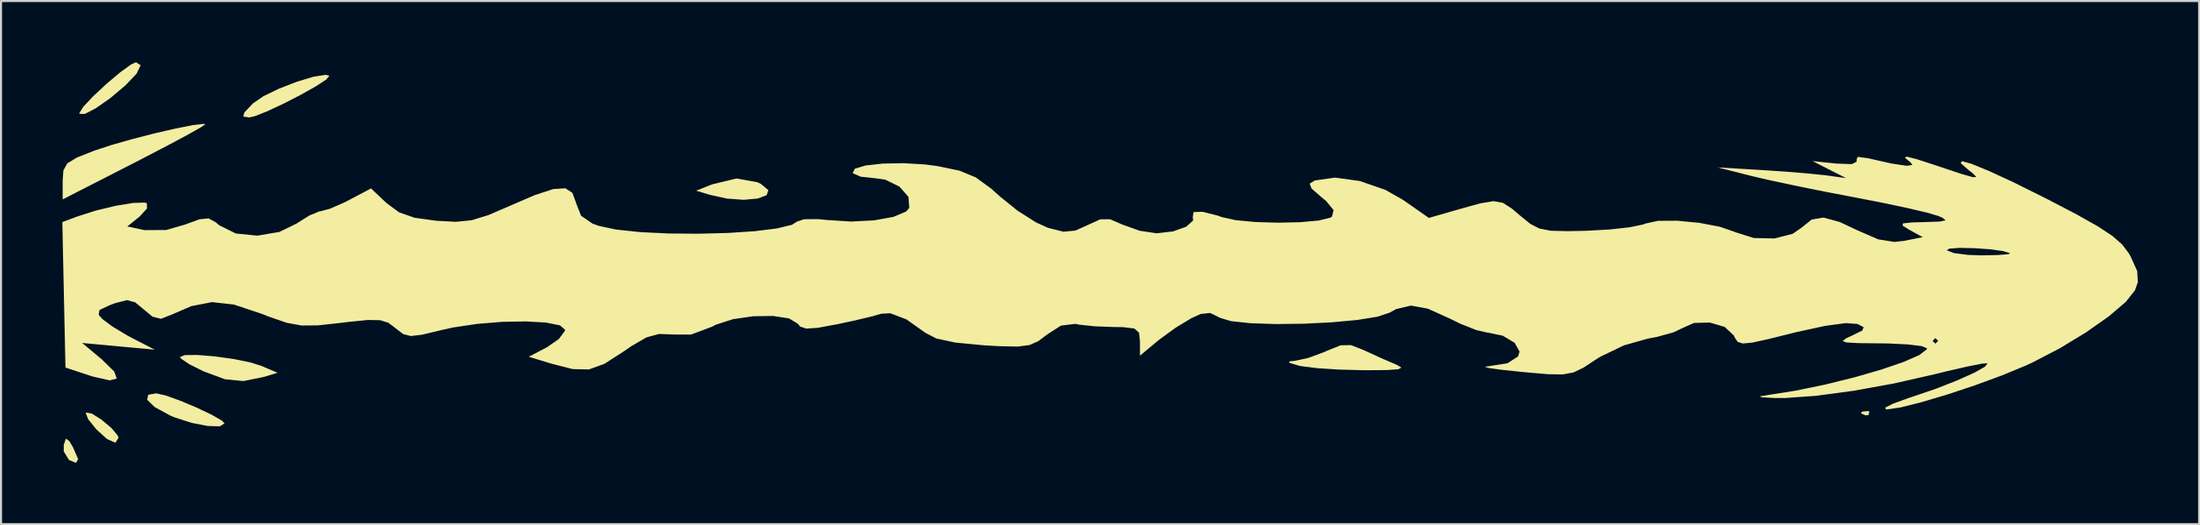
<source format=kicad_pcb>
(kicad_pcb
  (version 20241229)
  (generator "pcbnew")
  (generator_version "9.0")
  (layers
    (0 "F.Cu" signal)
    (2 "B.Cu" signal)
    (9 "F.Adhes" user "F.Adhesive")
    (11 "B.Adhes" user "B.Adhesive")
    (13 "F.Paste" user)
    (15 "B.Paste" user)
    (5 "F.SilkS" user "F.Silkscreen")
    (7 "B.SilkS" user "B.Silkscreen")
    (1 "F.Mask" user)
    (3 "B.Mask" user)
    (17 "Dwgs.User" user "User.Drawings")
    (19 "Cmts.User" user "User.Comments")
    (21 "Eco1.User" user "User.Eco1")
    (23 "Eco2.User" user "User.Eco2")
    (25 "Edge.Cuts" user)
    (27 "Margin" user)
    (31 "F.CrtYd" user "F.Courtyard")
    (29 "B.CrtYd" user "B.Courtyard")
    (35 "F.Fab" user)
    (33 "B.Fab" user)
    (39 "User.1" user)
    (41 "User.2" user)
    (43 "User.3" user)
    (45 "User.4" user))
  (footprint "beam1"
    (layer "F.Cu")
    (at 54.23 10.673)
    (property "Reference" "beam1" (at 0 0 0) (layer "F.SilkS") (effects (font (size 1.5 1.5) (thickness 0.3))))
    (attr board_only exclude_from_pos_files exclude_from_bom)
    (fp_poly (pts (xy 34.185 6.44) (xy 34.148 6.601) (xy 34.003 6.62) (xy 33.778 6.521) (xy 33.821 6.44) (xy 34.145 6.408)) (stroke (width 0) (type solid)) (fill yes) (layer "F.SilkS"))
    (fp_poly (pts (xy -53.888 7.881) (xy -53.702 8.197) (xy -53.455 8.77) (xy -53.566 8.949) (xy -53.907 8.802) (xy -54.16 8.386) (xy -54.161 8.074) (xy -54.055 7.758)) (stroke (width 0) (type solid)) (fill yes) (layer "F.SilkS"))
    (fp_poly (pts (xy -52.791 6.531) (xy -52.316 6.83) (xy -51.83 7.237) (xy -51.518 7.609) (xy -51.483 7.721) (xy -51.631 7.962) (xy -52.043 7.781) (xy -52.574 7.297) (xy -52.965 6.811) (xy -53.085 6.503) (xy -53.073 6.482)) (stroke (width 0) (type solid)) (fill yes) (layer "F.SilkS"))
    (fp_poly (pts (xy -20.226 -4.8) (xy -20.049 -4.715) (xy -19.685 -4.41) (xy -19.768 -4.164) (xy -20.201 -4) (xy -20.885 -3.937) (xy -21.724 -3.999) (xy -22.532 -4.177) (xy -23.215 -4.383) (xy -22.446 -4.691) (xy -21.249 -4.981)) (stroke (width 0) (type solid)) (fill yes) (layer "F.SilkS"))
    (fp_poly (pts (xy -50.397 -10.527) (xy -50.597 -10.115) (xy -51.141 -9.543) (xy -51.895 -8.908) (xy -52.594 -8.42) (xy -53.128 -8.143) (xy -53.386 -8.145) (xy -53.395 -8.187) (xy -53.202 -8.497) (xy -52.715 -9.014) (xy -52.073 -9.613) (xy -51.413 -10.17) (xy -50.874 -10.562) (xy -50.625 -10.673)) (stroke (width 0) (type solid)) (fill yes) (layer "F.SilkS"))
    (fp_poly (pts (xy -46.771 3.732) (xy -45.858 3.859) (xy -45.034 4.026) (xy -44.518 4.188) (xy -43.699 4.534) (xy -44.382 4.74) (xy -45.372 4.94) (xy -46.276 4.851) (xy -47.318 4.466) (xy -48.003 4.123) (xy -48.42 3.846) (xy -48.478 3.764) (xy -48.237 3.668) (xy -47.616 3.663)) (stroke (width 0) (type solid)) (fill yes) (layer "F.SilkS"))
    (fp_poly (pts (xy -49.179 5.644) (xy -48.465 5.901) (xy -47.659 6.24) (xy -46.923 6.59) (xy -46.42 6.88) (xy -46.294 7.013) (xy -46.524 7.157) (xy -47.112 7.141) (xy -47.9 6.989) (xy -48.731 6.722) (xy -48.956 6.627) (xy -49.71 6.215) (xy -50.08 5.855) (xy -50.028 5.612) (xy -49.639 5.542)) (stroke (width 0) (type solid)) (fill yes) (layer "F.SilkS"))
    (fp_poly (pts (xy -41.165 -10.013) (xy -41.31 -9.832) (xy -41.819 -9.499) (xy -42.558 -9.083) (xy -43.393 -8.653) (xy -44.189 -8.28) (xy -44.814 -8.032) (xy -45.085 -7.971) (xy -45.378 -8.015) (xy -45.321 -8.216) (xy -44.904 -8.658) (xy -44.397 -9.008) (xy -43.627 -9.381) (xy -42.755 -9.72) (xy -41.943 -9.965) (xy -41.352 -10.059)) (stroke (width 0) (type solid)) (fill yes) (layer "F.SilkS"))
    (fp_poly (pts (xy -47.234 -7.638) (xy -47.437 -7.496) (xy -48.043 -7.153) (xy -48.969 -6.655) (xy -50.132 -6.048) (xy -50.688 -5.761) (xy -54.214 -3.957) (xy -54.214 -4.864) (xy -54.177 -5.381) (xy -53.985 -5.724) (xy -53.517 -6.008) (xy -52.665 -6.344) (xy -51.842 -6.616) (xy -50.814 -6.909) (xy -49.716 -7.191) (xy -48.68 -7.43) (xy -47.838 -7.596) (xy -47.325 -7.656)) (stroke (width 0) (type solid)) (fill yes) (layer "F.SilkS"))
    (fp_poly (pts (xy 9.458 3.429) (xy 9.483 3.441) (xy 10.305 3.819) (xy 11.047 4.139) (xy 11.061 4.145) (xy 11.291 4.279) (xy 11.144 4.361) (xy 10.565 4.402) (xy 9.498 4.409) (xy 9.423 4.408) (xy 8.238 4.378) (xy 7.168 4.309) (xy 6.403 4.214) (xy 6.282 4.188) (xy 5.797 4.045) (xy 5.822 3.972) (xy 6.068 3.95) (xy 6.716 3.813) (xy 7.516 3.519) (xy 7.631 3.466) (xy 8.313 3.19) (xy 8.822 3.179)) (stroke (width 0) (type solid)) (fill yes) (layer "F.SilkS"))
    (fp_poly (pts (xy 36.51 -5.926) (xy 37.455 -5.619) (xy 37.69 -5.539) (xy 38.701 -5.203) (xy 39.257 -5.044) (xy 39.419 -5.058) (xy 39.246 -5.237) (xy 39.04 -5.396) (xy 38.656 -5.733) (xy 38.719 -5.83) (xy 39.19 -5.698) (xy 40.034 -5.352) (xy 41.215 -4.806) (xy 42.696 -4.071) (xy 42.88 -3.978) (xy 44.329 -3.222) (xy 45.368 -2.637) (xy 46.083 -2.165) (xy 46.558 -1.747) (xy 46.878 -1.324) (xy 46.964 -1.175) (xy 47.294 -0.444) (xy 47.323 0.1) (xy 47.184 0.494) (xy 46.738 1.06) (xy 45.903 1.772) (xy 44.79 2.555) (xy 43.508 3.334) (xy 42.167 4.031) (xy 41.825 4.188) (xy 40.664 4.668) (xy 39.34 5.154) (xy 37.985 5.604) (xy 36.73 5.977) (xy 35.707 6.233) (xy 35.048 6.329) (xy 35.013 6.328) (xy 34.957 6.246) (xy 35.343 6.049) (xy 36.093 5.775) (xy 36.325 5.7) (xy 37.45 5.314) (xy 38.485 4.909) (xy 39.32 4.533) (xy 39.85 4.234) (xy 39.969 4.064) (xy 39.681 4.09) (xy 38.987 4.228) (xy 38.006 4.453) (xy 37.387 4.605) (xy 35.384 5.059) (xy 33.398 5.419) (xy 31.577 5.663) (xy 30.066 5.771) (xy 29.545 5.769) (xy 28.925 5.736) (xy 28.827 5.691) (xy 29.224 5.625) (xy 30.583 5.41) (xy 32.026 5.112) (xy 33.451 4.76) (xy 34.759 4.382) (xy 35.852 4.008) (xy 36.63 3.668) (xy 36.993 3.389) (xy 37.008 3.337) (xy 36.756 3.23) (xy 36.085 3.147) (xy 35.123 3.1) (xy 34.754 3.095) (xy 33.672 3.083) (xy 33.069 3.051) (xy 32.879 2.981) (xy 32.89 2.972) (xy 37.281 2.972) (xy 37.417 3.107) (xy 37.554 2.972) (xy 37.417 2.837) (xy 37.281 2.972) (xy 32.89 2.972) (xy 33.035 2.855) (xy 33.32 2.722) (xy 33.843 2.465) (xy 33.907 2.301) (xy 33.604 2.143) (xy 33.032 2.102) (xy 32.013 2.239) (xy 30.611 2.545) (xy 30.433 2.59) (xy 29.233 2.888) (xy 28.457 3.057) (xy 27.998 3.101) (xy 27.751 3.024) (xy 27.611 2.83) (xy 27.555 2.708) (xy 27.109 2.289) (xy 26.379 2.073) (xy 25.604 2.095) (xy 25.098 2.32) (xy 24.6 2.556) (xy 23.794 2.778) (xy 23.347 2.862) (xy 22.176 3.193) (xy 21.009 3.755) (xy 20.788 3.897) (xy 20.193 4.288) (xy 19.712 4.518) (xy 19.185 4.615) (xy 18.456 4.604) (xy 17.364 4.51) (xy 17.163 4.491) (xy 16.195 4.389) (xy 15.572 4.302) (xy 15.371 4.242) (xy 15.477 4.225) (xy 16.477 4.07) (xy 16.998 3.736) (xy 17.07 3.493) (xy 16.831 3.066) (xy 16.248 2.718) (xy 15.521 2.567) (xy 15.49 2.567) (xy 14.957 2.444) (xy 14.171 2.131) (xy 13.682 1.891) (xy 12.59 1.397) (xy 11.758 1.243) (xy 11.037 1.414) (xy 10.71 1.591) (xy 10.118 1.789) (xy 9.13 1.948) (xy 7.881 2.064) (xy 6.505 2.132) (xy 5.136 2.148) (xy 3.91 2.107) (xy 2.96 2.007) (xy 2.429 1.848) (xy 1.933 1.604) (xy 1.463 1.656) (xy 1.009 1.864) (xy 0.244 2.327) (xy -0.561 2.914) (xy -0.65 2.987) (xy -1.502 3.696) (xy -1.502 2.996) (xy -1.547 2.573) (xy -1.775 2.367) (xy -2.332 2.299) (xy -2.799 2.293) (xy -3.708 2.259) (xy -4.466 2.179) (xy -4.666 2.138) (xy -5.368 2.225) (xy -6.045 2.66) (xy -6.479 2.988) (xy -6.906 3.177) (xy -7.474 3.25) (xy -8.335 3.235) (xy -9.163 3.187) (xy -10.54 3.055) (xy -11.461 2.857) (xy -12.01 2.573) (xy -12.017 2.567) (xy -12.927 1.92) (xy -13.724 1.618) (xy -14.163 1.644) (xy -14.634 1.778) (xy -15.452 1.972) (xy -16.299 2.154) (xy -17.263 2.332) (xy -17.831 2.371) (xy -18.132 2.27) (xy -18.244 2.132) (xy -18.672 1.872) (xy -19.456 1.752) (xy -20.426 1.766) (xy -21.412 1.909) (xy -22.244 2.176) (xy -22.434 2.276) (xy -23.47 2.663) (xy -24.346 2.659) (xy -25.033 2.633) (xy -25.65 2.802) (xy -26.397 3.236) (xy -26.765 3.491) (xy -27.703 4.095) (xy -28.461 4.371) (xy -29.26 4.354) (xy -30.316 4.083) (xy -31.409 3.75) (xy -30.521 3.287) (xy -29.936 2.882) (xy -29.642 2.484) (xy -29.633 2.425) (xy -29.884 2.211) (xy -30.557 2.076) (xy -31.534 2.019) (xy -32.697 2.04) (xy -33.928 2.14) (xy -35.109 2.316) (xy -35.704 2.448) (xy -36.62 2.669) (xy -37.178 2.735) (xy -37.547 2.641) (xy -37.895 2.378) (xy -37.929 2.347) (xy -38.276 2.087) (xy -38.677 1.959) (xy -39.281 1.949) (xy -40.233 2.044) (xy -40.601 2.09) (xy -41.716 2.212) (xy -42.52 2.22) (xy -43.243 2.089) (xy -44.112 1.79) (xy -44.514 1.633) (xy -45.836 1.194) (xy -46.907 1.073) (xy -47.921 1.271) (xy -48.822 1.662) (xy -49.401 1.891) (xy -49.817 1.787) (xy -50.171 1.494) (xy -50.663 1.086) (xy -51.07 0.976) (xy -51.645 1.125) (xy -51.922 1.227) (xy -52.414 1.462) (xy -52.451 1.695) (xy -52.281 1.893) (xy -51.801 2.255) (xy -51.069 2.697) (xy -50.799 2.841) (xy -49.708 3.403) (xy -51.483 3.239) (xy -53.258 3.075) (xy -52.302 3.875) (xy -51.693 4.47) (xy -51.566 4.818) (xy -51.912 4.906) (xy -52.725 4.723) (xy -52.9 4.667) (xy -54.077 4.279) (xy -54.154 0.717) (xy -54.2 -1.467) (xy 37.975 -1.467) (xy 38.314 -1.329) (xy 39.023 -1.238) (xy 39.664 -1.216) (xy 40.472 -1.232) (xy 40.981 -1.272) (xy 41.082 -1.314) (xy 40.735 -1.426) (xy 40.091 -1.513) (xy 39.322 -1.568) (xy 38.601 -1.582) (xy 38.099 -1.546) (xy 37.975 -1.467) (xy -54.2 -1.467) (xy -54.23 -2.845) (xy -53.503 -3.118) (xy -52.59 -3.41) (xy -51.621 -3.643) (xy -50.766 -3.784) (xy -50.197 -3.8) (xy -50.094 -3.769) (xy -50.088 -3.512) (xy -50.441 -3.122) (xy -51.049 -2.634) (xy -50.212 -2.452) (xy -49.147 -2.458) (xy -48.234 -2.722) (xy -47.509 -2.985) (xy -47.078 -3.027) (xy -46.733 -2.844) (xy -46.557 -2.694) (xy -45.747 -2.289) (xy -44.692 -2.181) (xy -43.604 -2.365) (xy -42.777 -2.77) (xy -42.142 -3.169) (xy -41.648 -3.372) (xy -41.589 -3.378) (xy -41.141 -3.498) (xy -40.446 -3.801) (xy -40.179 -3.937) (xy -39.125 -4.495) (xy -38.368 -3.778) (xy -37.756 -3.324) (xy -36.992 -3.057) (xy -35.94 -2.911) (xy -34.975 -2.859) (xy -34.2 -2.937) (xy -33.382 -3.189) (xy -32.424 -3.602) (xy -31.117 -4.166) (xy -30.206 -4.464) (xy -29.617 -4.501) (xy -29.273 -4.279) (xy -29.099 -3.805) (xy -29.095 -3.783) (xy -28.848 -3.156) (xy -28.289 -2.772) (xy -27.99 -2.663) (xy -27.136 -2.48) (xy -25.966 -2.356) (xy -24.591 -2.288) (xy -23.122 -2.275) (xy -21.67 -2.313) (xy -20.347 -2.4) (xy -19.262 -2.535) (xy -18.529 -2.714) (xy -18.275 -2.875) (xy -17.938 -2.985) (xy -17.252 -2.991) (xy -16.791 -2.946) (xy -15.633 -2.872) (xy -14.512 -2.93) (xy -13.568 -3.1) (xy -12.945 -3.361) (xy -12.788 -3.542) (xy -12.831 -4.084) (xy -13.272 -4.585) (xy -13.967 -4.924) (xy -14.501 -4.999) (xy -15.163 -5.069) (xy -15.547 -5.238) (xy -15.557 -5.252) (xy -15.45 -5.461) (xy -14.921 -5.618) (xy -14.091 -5.711) (xy -13.082 -5.731) (xy -12.015 -5.668) (xy -11.418 -5.59) (xy -10.332 -5.364) (xy -9.538 -5.036) (xy -8.778 -4.482) (xy -8.36 -4.107) (xy -7.493 -3.406) (xy -6.587 -2.83) (xy -6.015 -2.569) (xy -5.241 -2.373) (xy -4.654 -2.432) (xy -4.084 -2.69) (xy -3.447 -2.98) (xy -2.967 -2.986) (xy -2.369 -2.727) (xy -1.51 -2.419) (xy -0.678 -2.297) (xy 0.118 -2.389) (xy 0.758 -2.619) (xy 1.096 -2.92) (xy 1.084 -3.121) (xy 1.123 -3.335) (xy 1.56 -3.35) (xy 2.283 -3.169) (xy 2.502 -3.091) (xy 3.18 -2.94) (xy 4.15 -2.849) (xy 5.255 -2.816) (xy 6.338 -2.84) (xy 7.242 -2.922) (xy 7.81 -3.06) (xy 7.895 -3.116) (xy 7.971 -3.432) (xy 7.614 -3.87) (xy 7.386 -4.06) (xy 6.893 -4.491) (xy 6.802 -4.728) (xy 7.056 -4.884) (xy 8.045 -5.025) (xy 9.259 -4.857) (xy 10.505 -4.424) (xy 11.369 -3.934) (xy 12.633 -3.05) (xy 14.143 -3.484) (xy 15.144 -3.762) (xy 15.79 -3.871) (xy 16.251 -3.792) (xy 16.698 -3.505) (xy 17.131 -3.137) (xy 17.602 -2.756) (xy 18.039 -2.53) (xy 18.596 -2.422) (xy 19.425 -2.401) (xy 20.361 -2.421) (xy 21.5 -2.485) (xy 22.478 -2.595) (xy 23.127 -2.732) (xy 23.235 -2.775) (xy 23.845 -2.907) (xy 24.785 -2.912) (xy 25.858 -2.81) (xy 26.867 -2.619) (xy 27.616 -2.36) (xy 27.635 -2.349) (xy 28.538 -2.065) (xy 29.545 -2.044) (xy 30.433 -2.271) (xy 30.862 -2.567) (xy 31.365 -2.97) (xy 31.946 -3.067) (xy 32.732 -2.852) (xy 33.641 -2.426) (xy 34.629 -1.998) (xy 35.413 -1.873) (xy 35.885 -1.926) (xy 36.801 -2.107) (xy 36.153 -2.463) (xy 35.814 -2.672) (xy 35.834 -2.782) (xy 36.282 -2.829) (xy 36.871 -2.845) (xy 37.637 -2.872) (xy 37.917 -2.933) (xy 37.774 -3.053) (xy 37.554 -3.148) (xy 37.028 -3.303) (xy 36.094 -3.524) (xy 34.882 -3.781) (xy 33.522 -4.047) (xy 33.457 -4.059) (xy 31.97 -4.344) (xy 30.504 -4.641) (xy 29.237 -4.913) (xy 28.404 -5.108) (xy 26.766 -5.524) (xy 28.951 -5.393) (xy 30.133 -5.313) (xy 31.23 -5.223) (xy 32.024 -5.14) (xy 32.091 -5.132) (xy 33.047 -5) (xy 32.228 -5.416) (xy 31.409 -5.833) (xy 32.569 -5.712) (xy 33.33 -5.684) (xy 33.576 -5.813) (xy 33.553 -5.875) (xy 33.616 -6.041) (xy 34.131 -5.971) (xy 35.272 -5.714) (xy 36.008 -5.603) (xy 36.298 -5.644) (xy 36.188 -5.783) (xy 35.926 -5.999) (xy 36.017 -6.05)) (stroke (width 0) (type solid)) (fill yes) (layer "F.SilkS")))
  (gr_rect
    (start -3 -3)
    (end 104.553 22.622)
    (stroke (width 0.1) (type default))
    (fill no)
    (layer "Edge.Cuts")))
</source>
